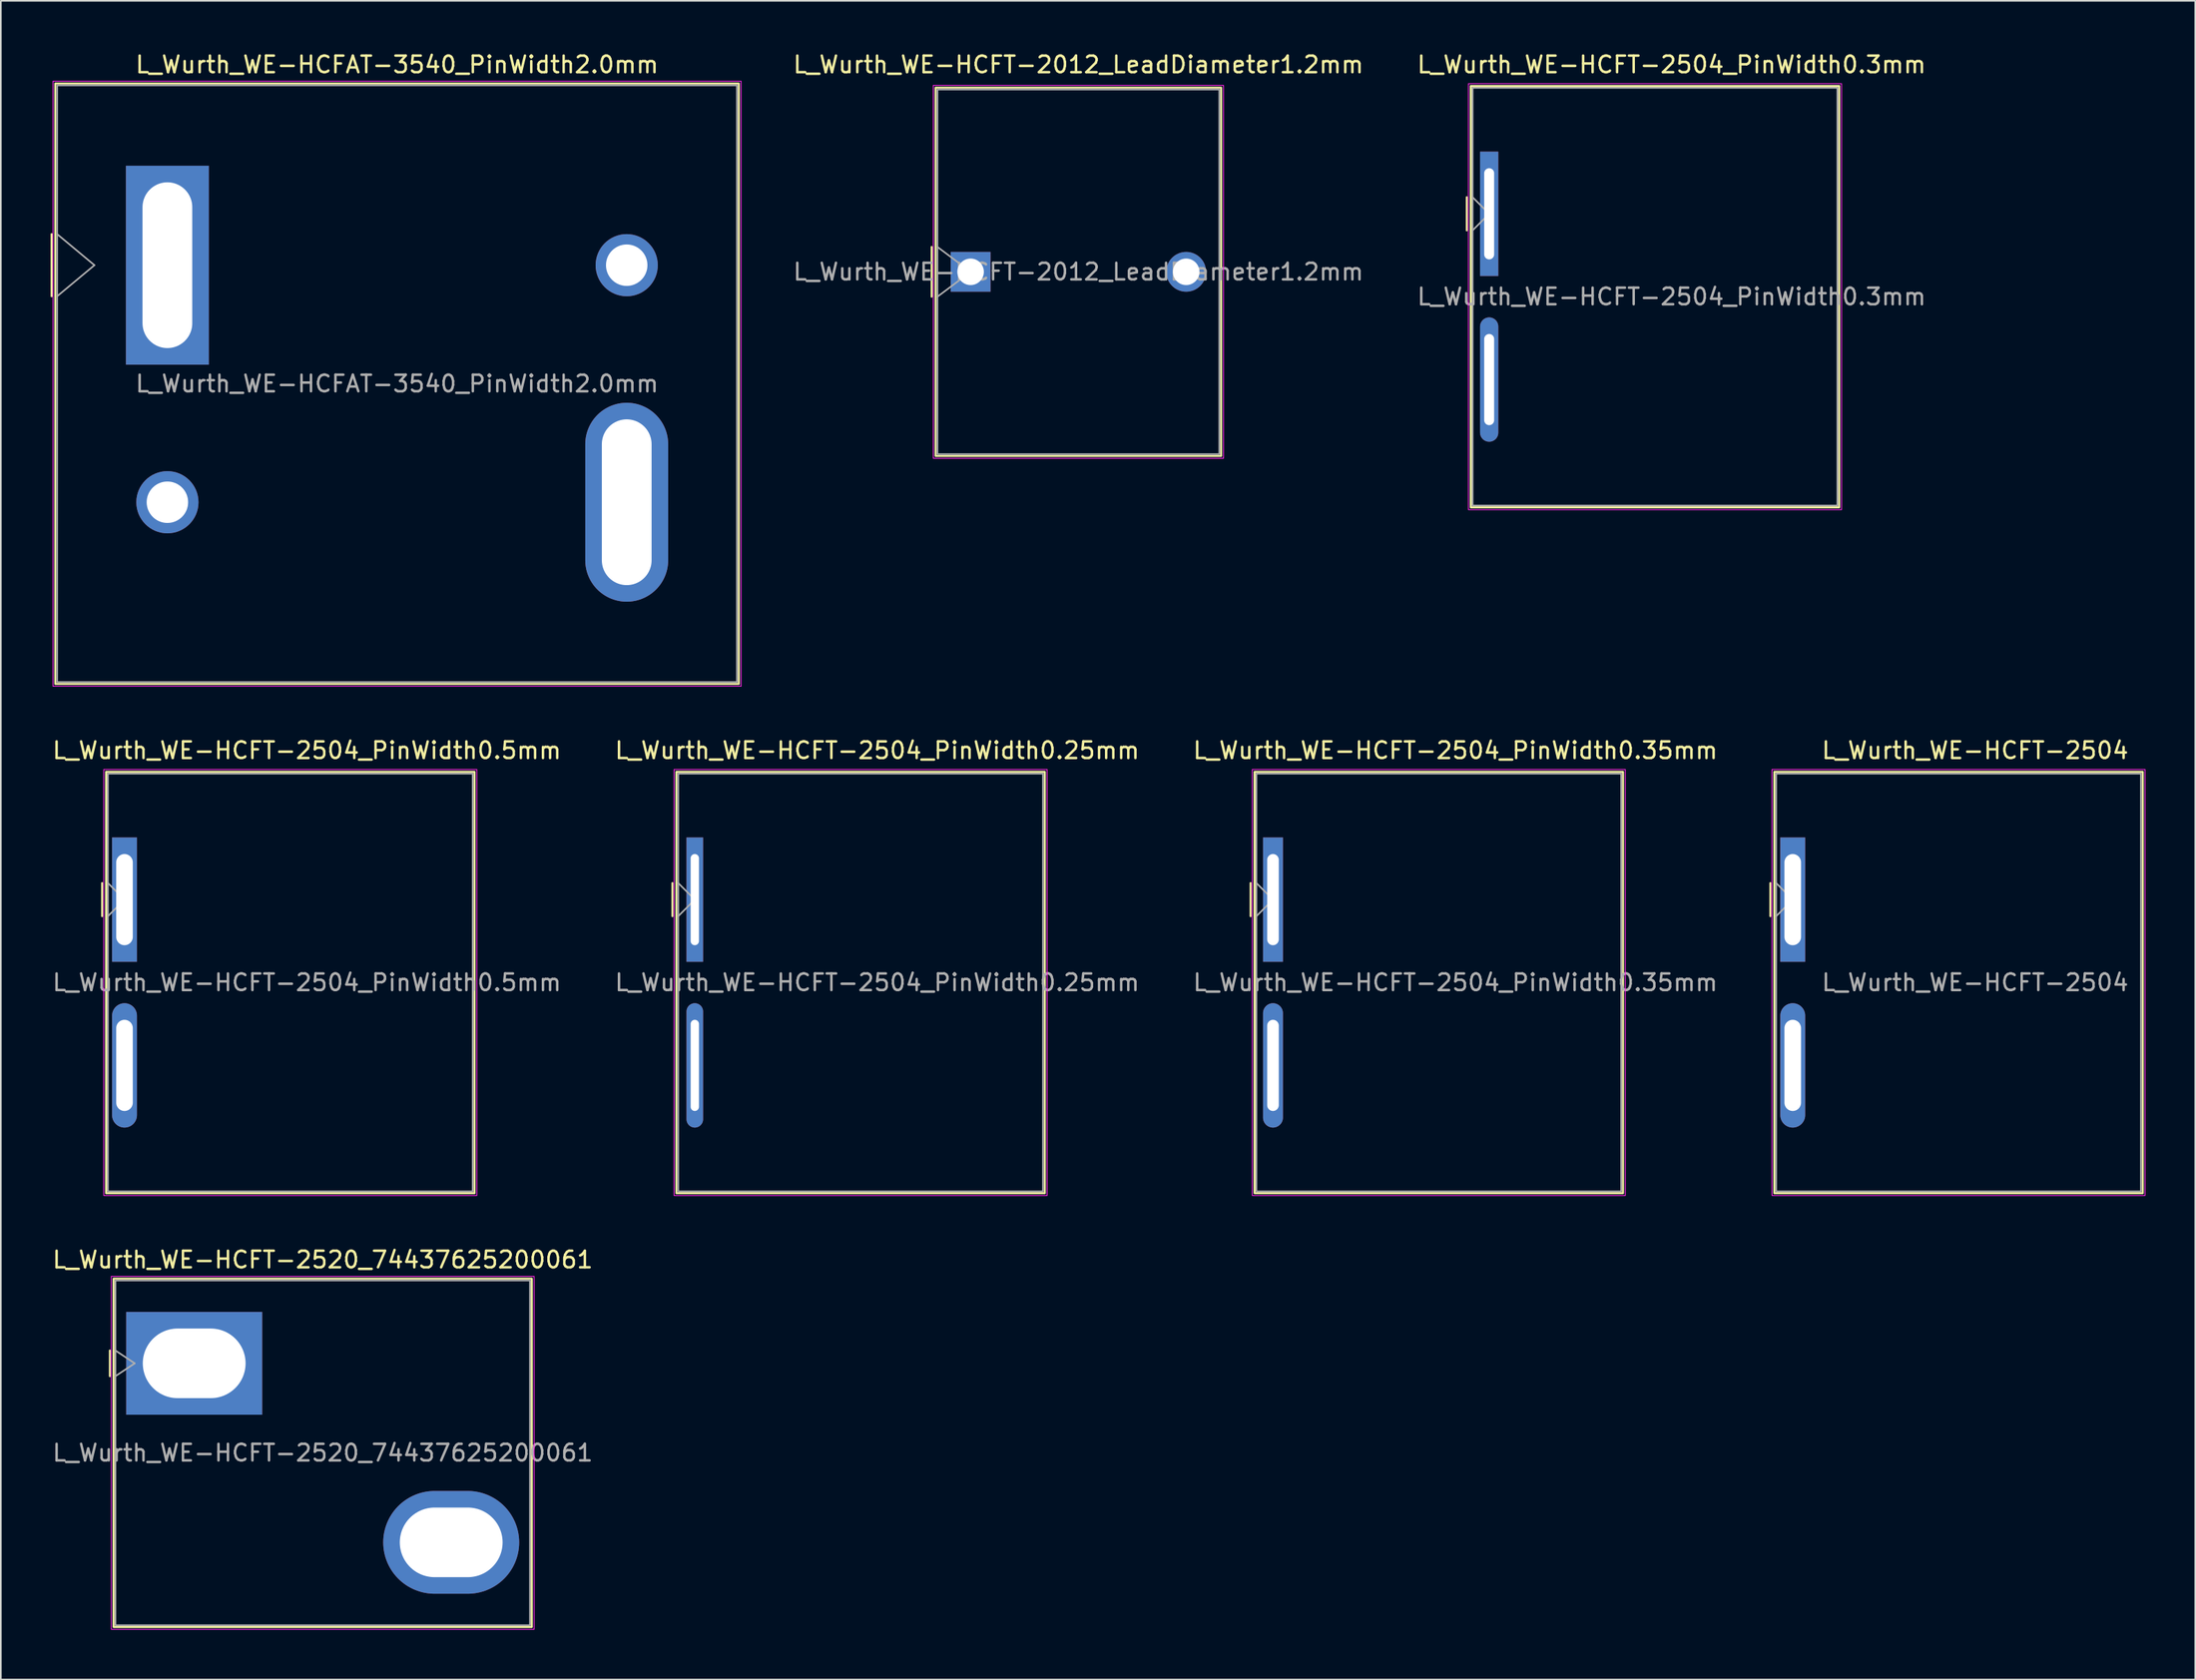
<source format=kicad_pcb>
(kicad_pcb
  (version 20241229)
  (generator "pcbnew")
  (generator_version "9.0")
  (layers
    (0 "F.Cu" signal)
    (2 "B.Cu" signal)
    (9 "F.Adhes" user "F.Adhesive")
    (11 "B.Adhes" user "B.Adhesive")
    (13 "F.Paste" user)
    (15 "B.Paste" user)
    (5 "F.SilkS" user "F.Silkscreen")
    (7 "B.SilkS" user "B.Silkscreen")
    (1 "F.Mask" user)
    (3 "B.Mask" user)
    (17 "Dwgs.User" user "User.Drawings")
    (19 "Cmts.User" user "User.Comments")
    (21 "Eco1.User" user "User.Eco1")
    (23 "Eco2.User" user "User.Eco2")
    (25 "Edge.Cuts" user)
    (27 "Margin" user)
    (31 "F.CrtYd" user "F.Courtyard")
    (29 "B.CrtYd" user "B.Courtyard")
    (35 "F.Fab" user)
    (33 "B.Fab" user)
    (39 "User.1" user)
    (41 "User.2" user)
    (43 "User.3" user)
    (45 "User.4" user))
  (footprint "L_Wurth_WE-HCFT-2504_PinWidth0.3mm"
    (layer "F.Cu")
    (at 86.759 9.848)
    (property "Reference" "L_Wurth_WE-HCFT-2504_PinWidth0.3mm" (at 11 -9 0) (unlocked yes) (layer "F.SilkS") (effects (font (size 1 1) (thickness 0.15))))
    (attr through_hole)
    (fp_line (start -1.35 1) (end -1.35 -1) (stroke (width 0.12) (type solid)) (layer "F.SilkS"))
    (fp_rect (start -1.11 -7.71) (end 21.11 17.71) (stroke (width 0.12) (type solid)) (fill no) (layer "F.SilkS"))
    (fp_rect (start -1.25 -7.85) (end 21.25 17.85) (stroke (width 0.05) (type solid)) (fill no) (layer "F.CrtYd"))
    (fp_line (start -1 -1) (end 0 0) (stroke (width 0.1) (type solid)) (layer "F.Fab"))
    (fp_line (start 0 0) (end -1 1) (stroke (width 0.1) (type solid)) (layer "F.Fab"))
    (fp_rect (start -1 -7.6) (end 21 17.6) (stroke (width 0.1) (type solid)) (fill no) (layer "F.Fab"))
    (fp_text user "${REFERENCE}" (at 11 5 0) (unlocked yes) (layer "F.Fab") (effects (font (size 1 1) (thickness 0.15))))
    (pad "1" thru_hole rect (at 0 0) (size 1.1 7.5) (drill oval 0.6 5.5) (layers "*.Cu" "*.Mask"))
    (pad "2" thru_hole oval (at 0 10) (size 1.1 7.5) (drill oval 0.6 5.5) (layers "*.Cu" "*.Mask")))
  (footprint "L_Wurth_WE-HCFT-2504_PinWidth0.5mm"
    (layer "F.Cu")
    (at 4.458 51.221)
    (property "Reference" "L_Wurth_WE-HCFT-2504_PinWidth0.5mm" (at 11 -9 0) (unlocked yes) (layer "F.SilkS") (effects (font (size 1 1) (thickness 0.15))))
    (attr through_hole)
    (fp_line (start -1.35 1) (end -1.35 -1) (stroke (width 0.12) (type solid)) (layer "F.SilkS"))
    (fp_rect (start -1.11 -7.71) (end 21.11 17.71) (stroke (width 0.12) (type solid)) (fill no) (layer "F.SilkS"))
    (fp_rect (start -1.25 -7.85) (end 21.25 17.85) (stroke (width 0.05) (type solid)) (fill no) (layer "F.CrtYd"))
    (fp_line (start -1 -1) (end 0 0) (stroke (width 0.1) (type solid)) (layer "F.Fab"))
    (fp_line (start 0 0) (end -1 1) (stroke (width 0.1) (type solid)) (layer "F.Fab"))
    (fp_rect (start -1 -7.6) (end 21 17.6) (stroke (width 0.1) (type solid)) (fill no) (layer "F.Fab"))
    (fp_text user "${REFERENCE}" (at 11 5 0) (unlocked yes) (layer "F.Fab") (effects (font (size 1 1) (thickness 0.15))))
    (pad "1" thru_hole rect (at 0 0) (size 1.5 7.5) (drill oval 1 5.5) (layers "*.Cu" "*.Mask"))
    (pad "2" thru_hole oval (at 0 10) (size 1.5 7.5) (drill oval 1 5.5) (layers "*.Cu" "*.Mask")))
  (footprint "L_Wurth_WE-HCFT-2520_74437625200061"
    (layer "F.Cu")
    (at 8.661 79.195)
    (property "Reference" "L_Wurth_WE-HCFT-2520_74437625200061" (at 7.75 -6.25 0) (unlocked yes) (layer "F.SilkS") (effects (font (size 1 1) (thickness 0.15))))
    (attr through_hole)
    (fp_line (start -5.085 -0.775) (end -5.085 0.775) (stroke (width 0.12) (type default)) (layer "F.SilkS"))
    (fp_rect (start -4.86 -5.11) (end 20.36 15.91) (stroke (width 0.12) (type default)) (fill no) (layer "F.SilkS"))
    (fp_rect (start -5 -5.25) (end 20.5 16.05) (stroke (width 0.05) (type default)) (fill no) (layer "F.CrtYd"))
    (fp_line (start -4.75 -0.775) (end -3.587 0) (stroke (width 0.1) (type default)) (layer "F.Fab"))
    (fp_line (start -4.75 0.775) (end -3.587 0) (stroke (width 0.1) (type default)) (layer "F.Fab"))
    (fp_rect (start -4.75 -5) (end 20.25 15.8) (stroke (width 0.1) (type default)) (fill no) (layer "F.Fab"))
    (fp_text user "${REFERENCE}" (at 7.75 5.4 0) (unlocked yes) (layer "F.Fab") (effects (font (size 1 1) (thickness 0.15))))
    (pad "1" thru_hole rect (at 0 0) (size 8.2 6.2) (drill oval 6.2 4.2) (layers "*.Cu" "*.Mask"))
    (pad "2" thru_hole oval (at 15.5 10.8) (size 8.2 6.2) (drill oval 6.2 4.2) (layers "*.Cu" "*.Mask")))
  (footprint "L_Wurth_WE-HCFT-2504"
    (layer "F.Cu")
    (at 105.065 51.221)
    (property "Reference" "L_Wurth_WE-HCFT-2504" (at 11 -9 0) (unlocked yes) (layer "F.SilkS") (effects (font (size 1 1) (thickness 0.15))))
    (attr through_hole)
    (fp_line (start -1.35 1) (end -1.35 -1) (stroke (width 0.12) (type solid)) (layer "F.SilkS"))
    (fp_rect (start -1.11 -7.71) (end 21.11 17.71) (stroke (width 0.12) (type solid)) (fill no) (layer "F.SilkS"))
    (fp_rect (start -1.25 -7.85) (end 21.25 17.85) (stroke (width 0.05) (type solid)) (fill no) (layer "F.CrtYd"))
    (fp_line (start -1 -1) (end 0 0) (stroke (width 0.1) (type solid)) (layer "F.Fab"))
    (fp_line (start 0 0) (end -1 1) (stroke (width 0.1) (type solid)) (layer "F.Fab"))
    (fp_rect (start -1 -7.6) (end 21 17.6) (stroke (width 0.1) (type solid)) (fill no) (layer "F.Fab"))
    (fp_text user "${REFERENCE}" (at 11 5 0) (unlocked yes) (layer "F.Fab") (effects (font (size 1 1) (thickness 0.15))))
    (pad "1" thru_hole rect (at 0 0) (size 1.5 7.5) (drill oval 1 5.5) (layers "*.Cu" "*.Mask"))
    (pad "2" thru_hole oval (at 0 10) (size 1.5 7.5) (drill oval 1 5.5) (layers "*.Cu" "*.Mask")))
  (footprint "L_Wurth_WE-HCFT-2012_LeadDiameter1.2mm"
    (layer "F.Cu")
    (at 55.485 13.348)
    (property "Reference" "L_Wurth_WE-HCFT-2012_LeadDiameter1.2mm" (at 6.5 -12.5 0) (unlocked yes) (layer "F.SilkS") (effects (font (size 1 1) (thickness 0.15))))
    (attr through_hole)
    (fp_line (start -2.35 -1.5) (end -2.35 1.5) (stroke (width 0.12) (type solid)) (layer "F.SilkS"))
    (fp_rect (start -2.11 -11.11) (end 15.11 11.11) (stroke (width 0.12) (type solid)) (fill no) (layer "F.SilkS"))
    (fp_rect (start -2.25 -11.25) (end 15.25 11.25) (stroke (width 0.05) (type solid)) (fill no) (layer "F.CrtYd"))
    (fp_line (start -2 -1.5) (end 0 0) (stroke (width 0.1) (type solid)) (layer "F.Fab"))
    (fp_line (start 0 0) (end -2 1.5) (stroke (width 0.1) (type solid)) (layer "F.Fab"))
    (fp_rect (start -2 -11) (end 15 11) (stroke (width 0.1) (type solid)) (fill no) (layer "F.Fab"))
    (fp_text user "${REFERENCE}" (at 6.5 0 0) (unlocked yes) (layer "F.Fab") (effects (font (size 1 1) (thickness 0.15))))
    (pad "1" thru_hole rect (at 0 0) (size 2.4 2.4) (drill 1.6) (layers "*.Cu" "*.Mask"))
    (pad "2" thru_hole circle (at 13 0) (size 2.4 2.4) (drill 1.6) (layers "*.Cu" "*.Mask")))
  (footprint "L_Wurth_WE-HCFT-2504_PinWidth0.25mm"
    (layer "F.Cu")
    (at 38.851 51.221)
    (property "Reference" "L_Wurth_WE-HCFT-2504_PinWidth0.25mm" (at 11 -9 0) (unlocked yes) (layer "F.SilkS") (effects (font (size 1 1) (thickness 0.15))))
    (attr through_hole)
    (fp_line (start -1.35 1) (end -1.35 -1) (stroke (width 0.12) (type solid)) (layer "F.SilkS"))
    (fp_rect (start -1.11 -7.71) (end 21.11 17.71) (stroke (width 0.12) (type solid)) (fill no) (layer "F.SilkS"))
    (fp_rect (start -1.25 -7.85) (end 21.25 17.85) (stroke (width 0.05) (type solid)) (fill no) (layer "F.CrtYd"))
    (fp_line (start -1 -1) (end 0 0) (stroke (width 0.1) (type solid)) (layer "F.Fab"))
    (fp_line (start 0 0) (end -1 1) (stroke (width 0.1) (type solid)) (layer "F.Fab"))
    (fp_rect (start -1 -7.6) (end 21 17.6) (stroke (width 0.1) (type solid)) (fill no) (layer "F.Fab"))
    (fp_text user "${REFERENCE}" (at 11 5 0) (unlocked yes) (layer "F.Fab") (effects (font (size 1 1) (thickness 0.15))))
    (pad "1" thru_hole rect (at 0 0) (size 1 7.5) (drill oval 0.5 5.5) (layers "*.Cu" "*.Mask"))
    (pad "2" thru_hole oval (at 0 10) (size 1 7.5) (drill oval 0.5 5.5) (layers "*.Cu" "*.Mask")))
  (footprint "L_Wurth_WE-HCFAT-3540_PinWidth2.0mm"
    (layer "F.Cu")
    (at 7.045 12.948)
    (property "Reference" "L_Wurth_WE-HCFAT-3540_PinWidth2.0mm" (at 13.85 -12.1 0) (unlocked yes) (layer "F.SilkS") (effects (font (size 1 1) (thickness 0.15))))
    (attr through_hole)
    (fp_line (start -6.985 -1.875) (end -6.985 1.875) (stroke (width 0.12) (type solid)) (layer "F.SilkS"))
    (fp_rect (start -6.76 -10.96) (end 34.46 25.26) (stroke (width 0.12) (type solid)) (fill no) (layer "F.SilkS"))
    (fp_rect (start -6.9 -11.1) (end 34.6 25.4) (stroke (width 0.05) (type solid)) (fill no) (layer "F.CrtYd"))
    (fp_line (start -6.65 -1.875) (end -4.4 0) (stroke (width 0.1) (type solid)) (layer "F.Fab"))
    (fp_line (start -6.65 1.875) (end -4.4 0) (stroke (width 0.1) (type solid)) (layer "F.Fab"))
    (fp_rect (start -6.65 -10.85) (end 34.35 25.15) (stroke (width 0.1) (type solid)) (fill no) (layer "F.Fab"))
    (fp_text user "${REFERENCE}" (at 13.85 7.15 0) (unlocked yes) (layer "F.Fab") (effects (font (size 1 1) (thickness 0.15))))
    (pad "" thru_hole circle (at 0 14.3) (size 3.75 3.75) (drill 2.5) (layers "*.Cu" "*.Mask"))
    (pad "" thru_hole circle (at 27.7 0) (size 3.75 3.75) (drill 2.5) (layers "*.Cu" "*.Mask"))
    (pad "1" thru_hole rect (at 0 0) (size 5 12) (drill oval 3 10) (layers "*.Cu" "*.Mask"))
    (pad "2" thru_hole oval (at 27.7 14.3) (size 5 12) (drill oval 3 10) (layers "*.Cu" "*.Mask")))
  (footprint "L_Wurth_WE-HCFT-2504_PinWidth0.35mm"
    (layer "F.Cu")
    (at 73.72 51.221)
    (property "Reference" "L_Wurth_WE-HCFT-2504_PinWidth0.35mm" (at 11 -9 0) (unlocked yes) (layer "F.SilkS") (effects (font (size 1 1) (thickness 0.15))))
    (attr through_hole)
    (fp_line (start -1.35 1) (end -1.35 -1) (stroke (width 0.12) (type solid)) (layer "F.SilkS"))
    (fp_rect (start -1.11 -7.71) (end 21.11 17.71) (stroke (width 0.12) (type solid)) (fill no) (layer "F.SilkS"))
    (fp_rect (start -1.25 -7.85) (end 21.25 17.85) (stroke (width 0.05) (type solid)) (fill no) (layer "F.CrtYd"))
    (fp_line (start -1 -1) (end 0 0) (stroke (width 0.1) (type solid)) (layer "F.Fab"))
    (fp_line (start 0 0) (end -1 1) (stroke (width 0.1) (type solid)) (layer "F.Fab"))
    (fp_rect (start -1 -7.6) (end 21 17.6) (stroke (width 0.1) (type solid)) (fill no) (layer "F.Fab"))
    (fp_text user "${REFERENCE}" (at 11 5 0) (unlocked yes) (layer "F.Fab") (effects (font (size 1 1) (thickness 0.15))))
    (pad "1" thru_hole rect (at 0 0) (size 1.2 7.5) (drill oval 0.7 5.5) (layers "*.Cu" "*.Mask"))
    (pad "2" thru_hole oval (at 0 10) (size 1.2 7.5) (drill oval 0.7 5.5) (layers "*.Cu" "*.Mask")))
  (gr_rect
    (start -3 -3)
    (end 129.34 98.27)
    (stroke (width 0.1) (type default))
    (fill no)
    (layer "Edge.Cuts")))
</source>
